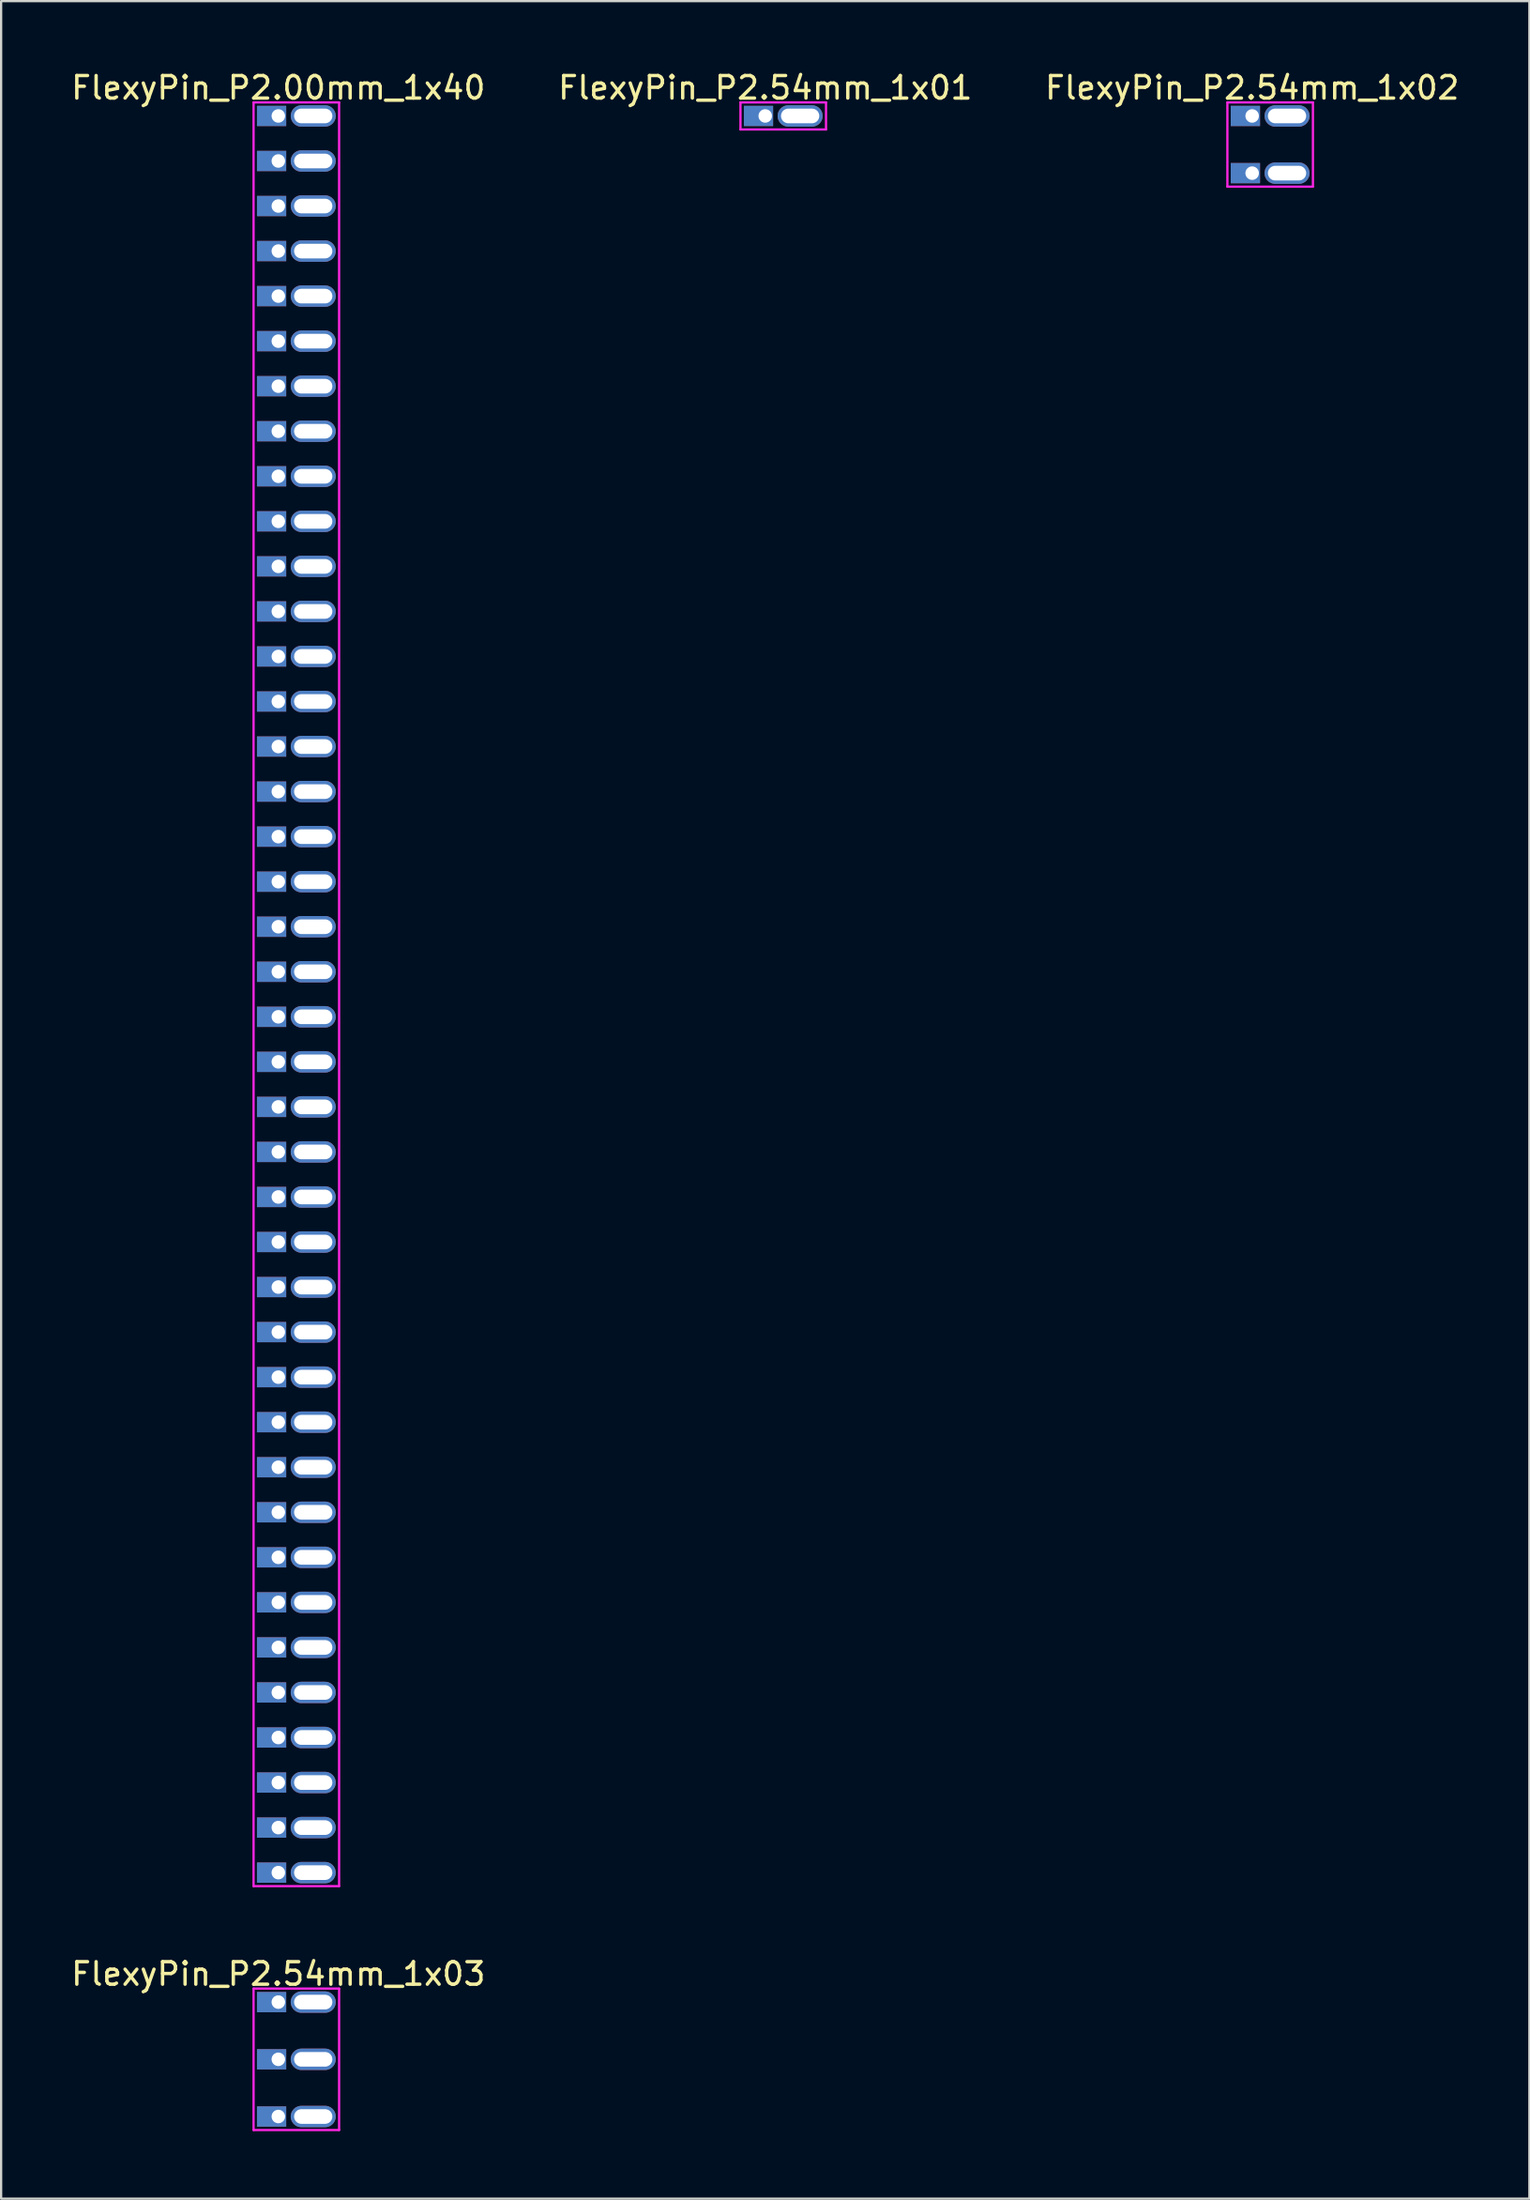
<source format=kicad_pcb>
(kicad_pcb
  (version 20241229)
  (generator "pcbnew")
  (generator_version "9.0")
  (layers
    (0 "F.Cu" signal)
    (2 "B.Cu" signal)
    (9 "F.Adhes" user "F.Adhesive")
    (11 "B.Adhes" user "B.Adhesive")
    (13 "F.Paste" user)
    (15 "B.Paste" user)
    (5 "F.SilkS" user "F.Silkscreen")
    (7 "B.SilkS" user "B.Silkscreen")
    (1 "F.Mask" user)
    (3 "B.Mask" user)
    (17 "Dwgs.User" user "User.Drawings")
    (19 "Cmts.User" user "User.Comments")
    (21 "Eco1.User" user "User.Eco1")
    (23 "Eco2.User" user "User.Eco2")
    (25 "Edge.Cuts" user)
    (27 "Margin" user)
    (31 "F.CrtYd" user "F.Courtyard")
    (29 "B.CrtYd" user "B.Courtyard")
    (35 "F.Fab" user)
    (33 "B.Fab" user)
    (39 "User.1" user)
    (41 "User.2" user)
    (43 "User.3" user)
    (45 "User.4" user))
  (footprint "FlexyPin_P2.54mm_1x01"
    (layer "F.Cu")
    (at 30.946 2.098)
    (property "Reference" "FlexyPin_P2.54mm_1x01" (at 0 -1.25 0) (layer "F.SilkS") (effects (font (size 1 1) (thickness 0.15))))
    (attr through_hole)
    (fp_line (start -1.1 -0.6) (end 2.7 -0.6) (stroke (width 0.1) (type solid)) (layer "F.CrtYd"))
    (fp_line (start -1.1 0.6) (end -1.1 -0.6) (stroke (width 0.1) (type solid)) (layer "F.CrtYd"))
    (fp_line (start 2.7 -0.6) (end 2.7 0.6) (stroke (width 0.1) (type solid)) (layer "F.CrtYd"))
    (fp_line (start 2.7 0.6) (end -1.1 0.6) (stroke (width 0.1) (type solid)) (layer "F.CrtYd"))
    (pad "" thru_hole oval (at 1.55 0) (size 2 0.95) (drill oval 1.7 0.65) (layers "*.Cu" "*.Mask"))
    (pad "1" thru_hole rect (at 0 0) (size 1.3 0.9) (drill 0.6 (offset -0.3 0)) (layers "*.Cu" "*.Mask")))
  (footprint "FlexyPin_P2.54mm_1x03"
    (layer "F.Cu")
    (at 9.315 85.847)
    (property "Reference" "FlexyPin_P2.54mm_1x03" (at 0 -1.25 0) (layer "F.SilkS") (effects (font (size 1 1) (thickness 0.15))))
    (attr through_hole)
    (fp_line (start -1.1 -0.6) (end 2.7 -0.6) (stroke (width 0.1) (type solid)) (layer "F.CrtYd"))
    (fp_line (start -1.1 5.68) (end -1.1 -0.6) (stroke (width 0.1) (type solid)) (layer "F.CrtYd"))
    (fp_line (start 2.7 -0.6) (end 2.7 5.68) (stroke (width 0.1) (type solid)) (layer "F.CrtYd"))
    (fp_line (start 2.7 5.68) (end -1.1 5.68) (stroke (width 0.1) (type solid)) (layer "F.CrtYd"))
    (pad "" thru_hole oval (at 1.55 0) (size 2 0.95) (drill oval 1.7 0.65) (layers "*.Cu" "*.Mask"))
    (pad "" thru_hole oval (at 1.55 2.54) (size 2 0.95) (drill oval 1.7 0.65) (layers "*.Cu" "*.Mask"))
    (pad "" thru_hole oval (at 1.55 5.08) (size 2 0.95) (drill oval 1.7 0.65) (layers "*.Cu" "*.Mask"))
    (pad "1" thru_hole rect (at 0 0) (size 1.3 0.9) (drill 0.6 (offset -0.3 0)) (layers "*.Cu" "*.Mask"))
    (pad "2" thru_hole rect (at 0 2.54) (size 1.3 0.9) (drill 0.6 (offset -0.3 0)) (layers "*.Cu" "*.Mask"))
    (pad "3" thru_hole rect (at 0 5.08) (size 1.3 0.9) (drill 0.6 (offset -0.3 0)) (layers "*.Cu" "*.Mask")))
  (footprint "FlexyPin_P2.00mm_1x40"
    (layer "F.Cu")
    (at 9.315 2.098)
    (property "Reference" "FlexyPin_P2.00mm_1x40" (at 0 -1.25 0) (layer "F.SilkS") (effects (font (size 1 1) (thickness 0.15))))
    (attr through_hole)
    (fp_line (start -1.1 -0.6) (end 2.7 -0.6) (stroke (width 0.1) (type solid)) (layer "F.CrtYd"))
    (fp_line (start -1.1 78.6) (end -1.1 -0.6) (stroke (width 0.1) (type solid)) (layer "F.CrtYd"))
    (fp_line (start 2.7 -0.6) (end 2.7 78.6) (stroke (width 0.1) (type solid)) (layer "F.CrtYd"))
    (fp_line (start 2.7 78.6) (end -1.1 78.6) (stroke (width 0.1) (type solid)) (layer "F.CrtYd"))
    (pad "" thru_hole oval (at 1.55 0) (size 2 0.95) (drill oval 1.7 0.65) (layers "*.Cu" "*.Mask"))
    (pad "" thru_hole oval (at 1.55 2) (size 2 0.95) (drill oval 1.7 0.65) (layers "*.Cu" "*.Mask"))
    (pad "" thru_hole oval (at 1.55 4) (size 2 0.95) (drill oval 1.7 0.65) (layers "*.Cu" "*.Mask"))
    (pad "" thru_hole oval (at 1.55 6) (size 2 0.95) (drill oval 1.7 0.65) (layers "*.Cu" "*.Mask"))
    (pad "" thru_hole oval (at 1.55 8) (size 2 0.95) (drill oval 1.7 0.65) (layers "*.Cu" "*.Mask"))
    (pad "" thru_hole oval (at 1.55 10) (size 2 0.95) (drill oval 1.7 0.65) (layers "*.Cu" "*.Mask"))
    (pad "" thru_hole oval (at 1.55 12) (size 2 0.95) (drill oval 1.7 0.65) (layers "*.Cu" "*.Mask"))
    (pad "" thru_hole oval (at 1.55 14) (size 2 0.95) (drill oval 1.7 0.65) (layers "*.Cu" "*.Mask"))
    (pad "" thru_hole oval (at 1.55 16) (size 2 0.95) (drill oval 1.7 0.65) (layers "*.Cu" "*.Mask"))
    (pad "" thru_hole oval (at 1.55 18) (size 2 0.95) (drill oval 1.7 0.65) (layers "*.Cu" "*.Mask"))
    (pad "" thru_hole oval (at 1.55 20) (size 2 0.95) (drill oval 1.7 0.65) (layers "*.Cu" "*.Mask"))
    (pad "" thru_hole oval (at 1.55 22) (size 2 0.95) (drill oval 1.7 0.65) (layers "*.Cu" "*.Mask"))
    (pad "" thru_hole oval (at 1.55 24) (size 2 0.95) (drill oval 1.7 0.65) (layers "*.Cu" "*.Mask"))
    (pad "" thru_hole oval (at 1.55 26) (size 2 0.95) (drill oval 1.7 0.65) (layers "*.Cu" "*.Mask"))
    (pad "" thru_hole oval (at 1.55 28) (size 2 0.95) (drill oval 1.7 0.65) (layers "*.Cu" "*.Mask"))
    (pad "" thru_hole oval (at 1.55 30) (size 2 0.95) (drill oval 1.7 0.65) (layers "*.Cu" "*.Mask"))
    (pad "" thru_hole oval (at 1.55 32) (size 2 0.95) (drill oval 1.7 0.65) (layers "*.Cu" "*.Mask"))
    (pad "" thru_hole oval (at 1.55 34) (size 2 0.95) (drill oval 1.7 0.65) (layers "*.Cu" "*.Mask"))
    (pad "" thru_hole oval (at 1.55 36) (size 2 0.95) (drill oval 1.7 0.65) (layers "*.Cu" "*.Mask"))
    (pad "" thru_hole oval (at 1.55 38) (size 2 0.95) (drill oval 1.7 0.65) (layers "*.Cu" "*.Mask"))
    (pad "" thru_hole oval (at 1.55 40) (size 2 0.95) (drill oval 1.7 0.65) (layers "*.Cu" "*.Mask"))
    (pad "" thru_hole oval (at 1.55 42) (size 2 0.95) (drill oval 1.7 0.65) (layers "*.Cu" "*.Mask"))
    (pad "" thru_hole oval (at 1.55 44) (size 2 0.95) (drill oval 1.7 0.65) (layers "*.Cu" "*.Mask"))
    (pad "" thru_hole oval (at 1.55 46) (size 2 0.95) (drill oval 1.7 0.65) (layers "*.Cu" "*.Mask"))
    (pad "" thru_hole oval (at 1.55 48) (size 2 0.95) (drill oval 1.7 0.65) (layers "*.Cu" "*.Mask"))
    (pad "" thru_hole oval (at 1.55 50) (size 2 0.95) (drill oval 1.7 0.65) (layers "*.Cu" "*.Mask"))
    (pad "" thru_hole oval (at 1.55 52) (size 2 0.95) (drill oval 1.7 0.65) (layers "*.Cu" "*.Mask"))
    (pad "" thru_hole oval (at 1.55 54) (size 2 0.95) (drill oval 1.7 0.65) (layers "*.Cu" "*.Mask"))
    (pad "" thru_hole oval (at 1.55 56) (size 2 0.95) (drill oval 1.7 0.65) (layers "*.Cu" "*.Mask"))
    (pad "" thru_hole oval (at 1.55 58) (size 2 0.95) (drill oval 1.7 0.65) (layers "*.Cu" "*.Mask"))
    (pad "" thru_hole oval (at 1.55 60) (size 2 0.95) (drill oval 1.7 0.65) (layers "*.Cu" "*.Mask"))
    (pad "" thru_hole oval (at 1.55 62) (size 2 0.95) (drill oval 1.7 0.65) (layers "*.Cu" "*.Mask"))
    (pad "" thru_hole oval (at 1.55 64) (size 2 0.95) (drill oval 1.7 0.65) (layers "*.Cu" "*.Mask"))
    (pad "" thru_hole oval (at 1.55 66) (size 2 0.95) (drill oval 1.7 0.65) (layers "*.Cu" "*.Mask"))
    (pad "" thru_hole oval (at 1.55 68) (size 2 0.95) (drill oval 1.7 0.65) (layers "*.Cu" "*.Mask"))
    (pad "" thru_hole oval (at 1.55 70) (size 2 0.95) (drill oval 1.7 0.65) (layers "*.Cu" "*.Mask"))
    (pad "" thru_hole oval (at 1.55 72) (size 2 0.95) (drill oval 1.7 0.65) (layers "*.Cu" "*.Mask"))
    (pad "" thru_hole oval (at 1.55 74) (size 2 0.95) (drill oval 1.7 0.65) (layers "*.Cu" "*.Mask"))
    (pad "" thru_hole oval (at 1.55 76) (size 2 0.95) (drill oval 1.7 0.65) (layers "*.Cu" "*.Mask"))
    (pad "" thru_hole oval (at 1.55 78) (size 2 0.95) (drill oval 1.7 0.65) (layers "*.Cu" "*.Mask"))
    (pad "1" thru_hole rect (at 0 0) (size 1.3 0.9) (drill 0.6 (offset -0.3 0)) (layers "*.Cu" "*.Mask"))
    (pad "2" thru_hole rect (at 0 2) (size 1.3 0.9) (drill 0.6 (offset -0.3 0)) (layers "*.Cu" "*.Mask"))
    (pad "3" thru_hole rect (at 0 4) (size 1.3 0.9) (drill 0.6 (offset -0.3 0)) (layers "*.Cu" "*.Mask"))
    (pad "4" thru_hole rect (at 0 6) (size 1.3 0.9) (drill 0.6 (offset -0.3 0)) (layers "*.Cu" "*.Mask"))
    (pad "5" thru_hole rect (at 0 8) (size 1.3 0.9) (drill 0.6 (offset -0.3 0)) (layers "*.Cu" "*.Mask"))
    (pad "6" thru_hole rect (at 0 10) (size 1.3 0.9) (drill 0.6 (offset -0.3 0)) (layers "*.Cu" "*.Mask"))
    (pad "7" thru_hole rect (at 0 12) (size 1.3 0.9) (drill 0.6 (offset -0.3 0)) (layers "*.Cu" "*.Mask"))
    (pad "8" thru_hole rect (at 0 14) (size 1.3 0.9) (drill 0.6 (offset -0.3 0)) (layers "*.Cu" "*.Mask"))
    (pad "9" thru_hole rect (at 0 16) (size 1.3 0.9) (drill 0.6 (offset -0.3 0)) (layers "*.Cu" "*.Mask"))
    (pad "10" thru_hole rect (at 0 18) (size 1.3 0.9) (drill 0.6 (offset -0.3 0)) (layers "*.Cu" "*.Mask"))
    (pad "11" thru_hole rect (at 0 20) (size 1.3 0.9) (drill 0.6 (offset -0.3 0)) (layers "*.Cu" "*.Mask"))
    (pad "12" thru_hole rect (at 0 22) (size 1.3 0.9) (drill 0.6 (offset -0.3 0)) (layers "*.Cu" "*.Mask"))
    (pad "13" thru_hole rect (at 0 24) (size 1.3 0.9) (drill 0.6 (offset -0.3 0)) (layers "*.Cu" "*.Mask"))
    (pad "14" thru_hole rect (at 0 26) (size 1.3 0.9) (drill 0.6 (offset -0.3 0)) (layers "*.Cu" "*.Mask"))
    (pad "15" thru_hole rect (at 0 28) (size 1.3 0.9) (drill 0.6 (offset -0.3 0)) (layers "*.Cu" "*.Mask"))
    (pad "16" thru_hole rect (at 0 30) (size 1.3 0.9) (drill 0.6 (offset -0.3 0)) (layers "*.Cu" "*.Mask"))
    (pad "17" thru_hole rect (at 0 32) (size 1.3 0.9) (drill 0.6 (offset -0.3 0)) (layers "*.Cu" "*.Mask"))
    (pad "18" thru_hole rect (at 0 34) (size 1.3 0.9) (drill 0.6 (offset -0.3 0)) (layers "*.Cu" "*.Mask"))
    (pad "19" thru_hole rect (at 0 36) (size 1.3 0.9) (drill 0.6 (offset -0.3 0)) (layers "*.Cu" "*.Mask"))
    (pad "20" thru_hole rect (at 0 38) (size 1.3 0.9) (drill 0.6 (offset -0.3 0)) (layers "*.Cu" "*.Mask"))
    (pad "21" thru_hole rect (at 0 40) (size 1.3 0.9) (drill 0.6 (offset -0.3 0)) (layers "*.Cu" "*.Mask"))
    (pad "22" thru_hole rect (at 0 42) (size 1.3 0.9) (drill 0.6 (offset -0.3 0)) (layers "*.Cu" "*.Mask"))
    (pad "23" thru_hole rect (at 0 44) (size 1.3 0.9) (drill 0.6 (offset -0.3 0)) (layers "*.Cu" "*.Mask"))
    (pad "24" thru_hole rect (at 0 46) (size 1.3 0.9) (drill 0.6 (offset -0.3 0)) (layers "*.Cu" "*.Mask"))
    (pad "25" thru_hole rect (at 0 48) (size 1.3 0.9) (drill 0.6 (offset -0.3 0)) (layers "*.Cu" "*.Mask"))
    (pad "26" thru_hole rect (at 0 50) (size 1.3 0.9) (drill 0.6 (offset -0.3 0)) (layers "*.Cu" "*.Mask"))
    (pad "27" thru_hole rect (at 0 52) (size 1.3 0.9) (drill 0.6 (offset -0.3 0)) (layers "*.Cu" "*.Mask"))
    (pad "28" thru_hole rect (at 0 54) (size 1.3 0.9) (drill 0.6 (offset -0.3 0)) (layers "*.Cu" "*.Mask"))
    (pad "29" thru_hole rect (at 0 56) (size 1.3 0.9) (drill 0.6 (offset -0.3 0)) (layers "*.Cu" "*.Mask"))
    (pad "30" thru_hole rect (at 0 58) (size 1.3 0.9) (drill 0.6 (offset -0.3 0)) (layers "*.Cu" "*.Mask"))
    (pad "31" thru_hole rect (at 0 60) (size 1.3 0.9) (drill 0.6 (offset -0.3 0)) (layers "*.Cu" "*.Mask"))
    (pad "32" thru_hole rect (at 0 62) (size 1.3 0.9) (drill 0.6 (offset -0.3 0)) (layers "*.Cu" "*.Mask"))
    (pad "33" thru_hole rect (at 0 64) (size 1.3 0.9) (drill 0.6 (offset -0.3 0)) (layers "*.Cu" "*.Mask"))
    (pad "34" thru_hole rect (at 0 66) (size 1.3 0.9) (drill 0.6 (offset -0.3 0)) (layers "*.Cu" "*.Mask"))
    (pad "35" thru_hole rect (at 0 68) (size 1.3 0.9) (drill 0.6 (offset -0.3 0)) (layers "*.Cu" "*.Mask"))
    (pad "36" thru_hole rect (at 0 70) (size 1.3 0.9) (drill 0.6 (offset -0.3 0)) (layers "*.Cu" "*.Mask"))
    (pad "37" thru_hole rect (at 0 72) (size 1.3 0.9) (drill 0.6 (offset -0.3 0)) (layers "*.Cu" "*.Mask"))
    (pad "38" thru_hole rect (at 0 74) (size 1.3 0.9) (drill 0.6 (offset -0.3 0)) (layers "*.Cu" "*.Mask"))
    (pad "39" thru_hole rect (at 0 76) (size 1.3 0.9) (drill 0.6 (offset -0.3 0)) (layers "*.Cu" "*.Mask"))
    (pad "40" thru_hole rect (at 0 78) (size 1.3 0.9) (drill 0.6 (offset -0.3 0)) (layers "*.Cu" "*.Mask")))
  (footprint "FlexyPin_P2.54mm_1x02"
    (layer "F.Cu")
    (at 52.577 2.098)
    (property "Reference" "FlexyPin_P2.54mm_1x02" (at 0 -1.25 0) (layer "F.SilkS") (effects (font (size 1 1) (thickness 0.15))))
    (attr through_hole)
    (fp_line (start -1.1 -0.6) (end 2.7 -0.6) (stroke (width 0.1) (type solid)) (layer "F.CrtYd"))
    (fp_line (start -1.1 3.14) (end -1.1 -0.6) (stroke (width 0.1) (type solid)) (layer "F.CrtYd"))
    (fp_line (start 2.7 -0.6) (end 2.7 3.14) (stroke (width 0.1) (type solid)) (layer "F.CrtYd"))
    (fp_line (start 2.7 3.14) (end -1.1 3.14) (stroke (width 0.1) (type solid)) (layer "F.CrtYd"))
    (pad "" thru_hole oval (at 1.55 0) (size 2 0.95) (drill oval 1.7 0.65) (layers "*.Cu" "*.Mask"))
    (pad "" thru_hole oval (at 1.55 2.54) (size 2 0.95) (drill oval 1.7 0.65) (layers "*.Cu" "*.Mask"))
    (pad "1" thru_hole rect (at 0 0) (size 1.3 0.9) (drill 0.6 (offset -0.3 0)) (layers "*.Cu" "*.Mask"))
    (pad "2" thru_hole rect (at 0 2.54) (size 1.3 0.9) (drill 0.6 (offset -0.3 0)) (layers "*.Cu" "*.Mask")))
  (gr_rect
    (start -3 -3)
    (end 64.893 94.576)
    (stroke (width 0.1) (type default))
    (fill no)
    (layer "Edge.Cuts")))
</source>
